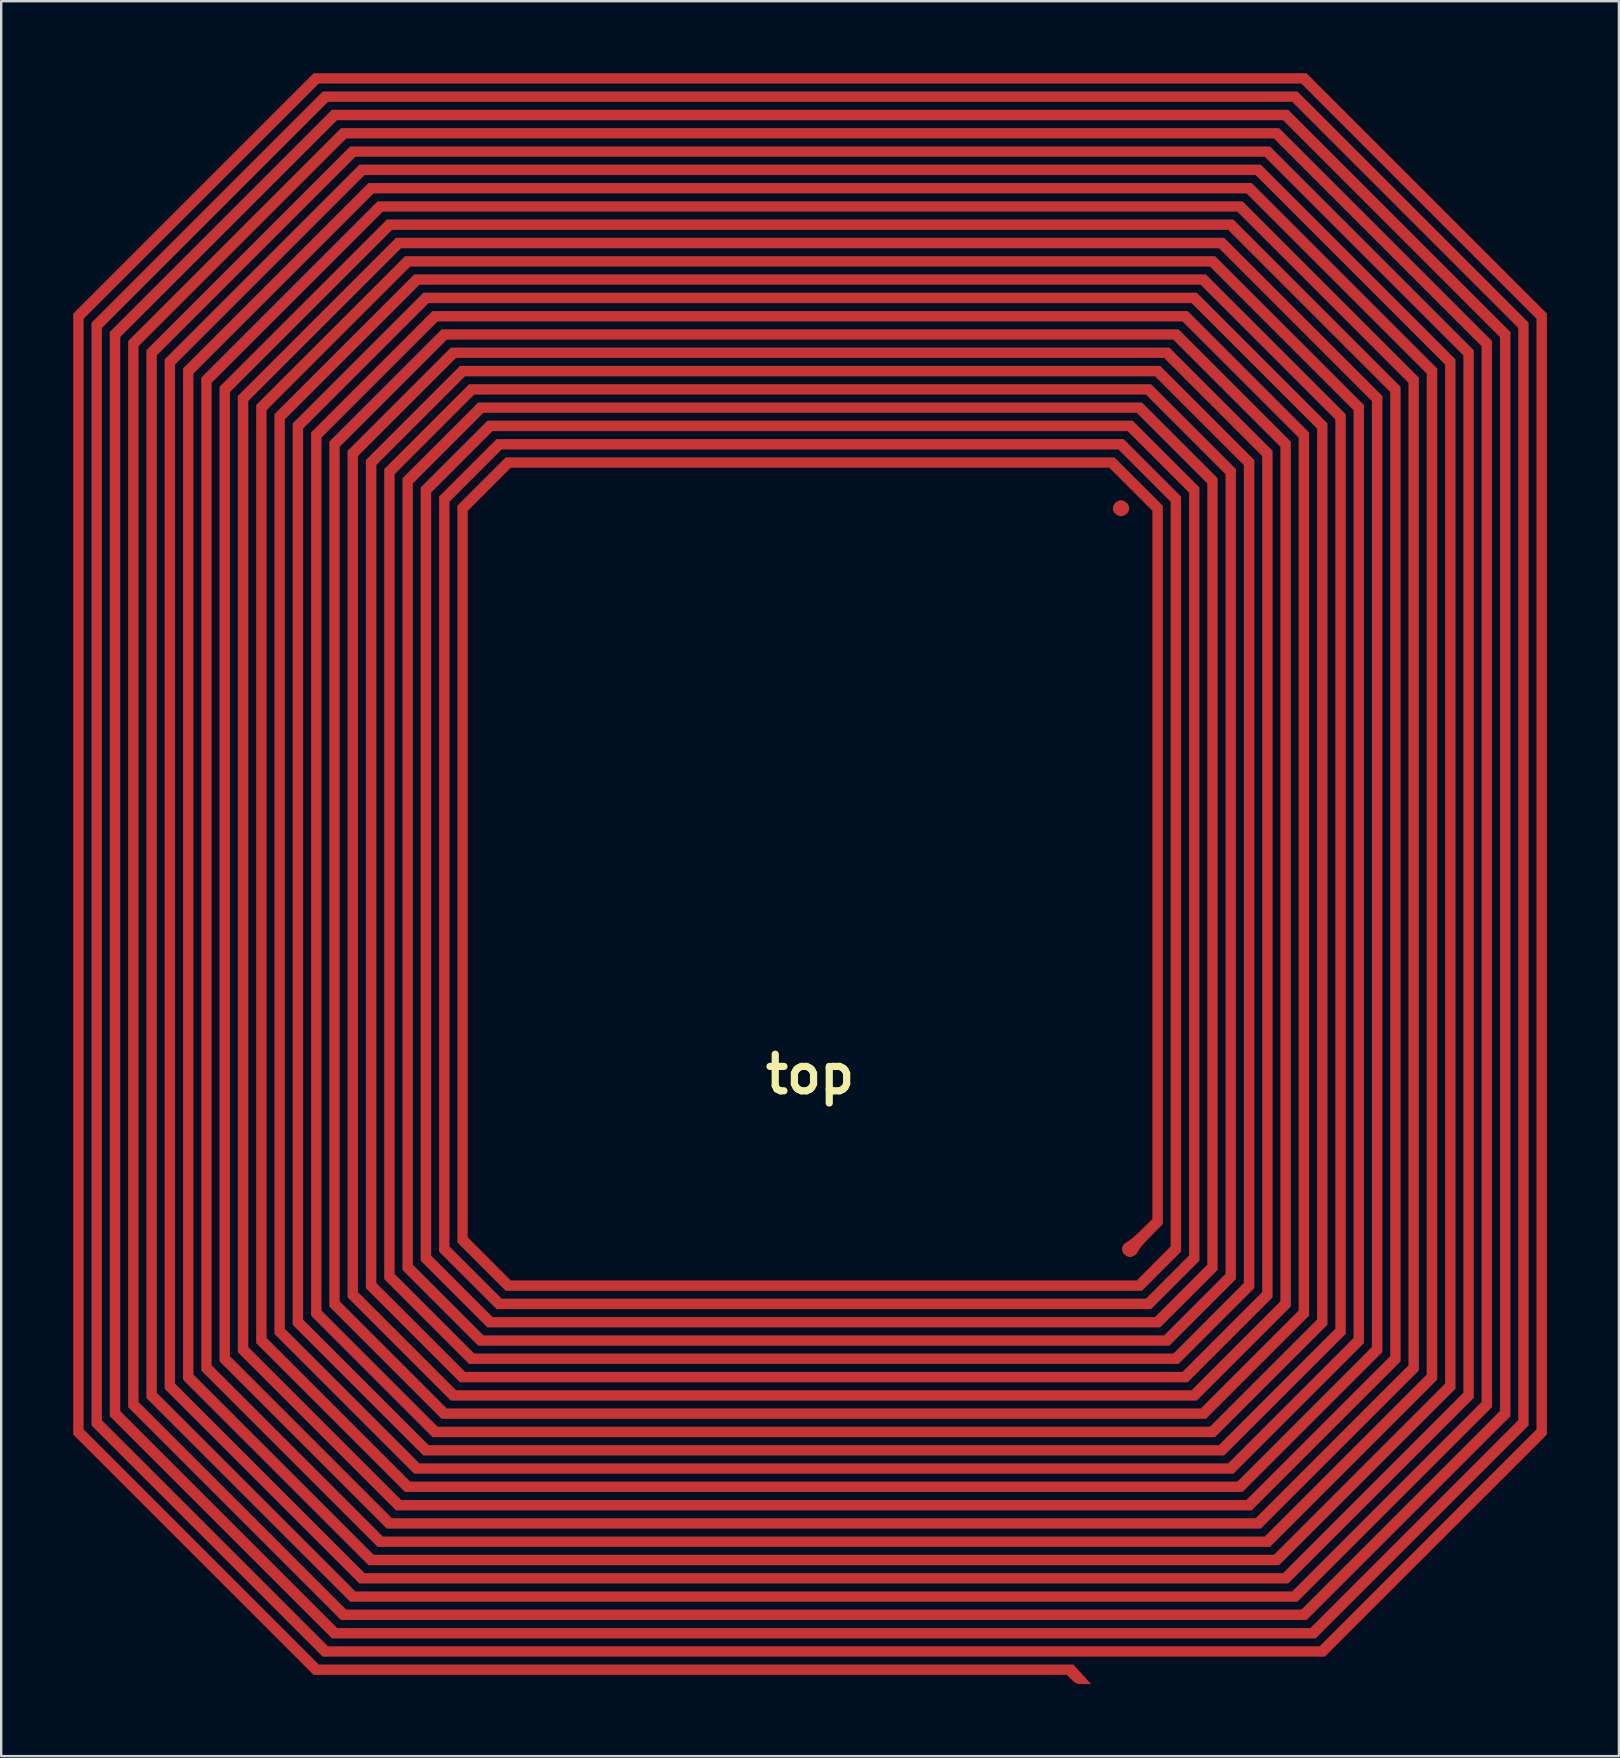
<source format=kicad_pcb>
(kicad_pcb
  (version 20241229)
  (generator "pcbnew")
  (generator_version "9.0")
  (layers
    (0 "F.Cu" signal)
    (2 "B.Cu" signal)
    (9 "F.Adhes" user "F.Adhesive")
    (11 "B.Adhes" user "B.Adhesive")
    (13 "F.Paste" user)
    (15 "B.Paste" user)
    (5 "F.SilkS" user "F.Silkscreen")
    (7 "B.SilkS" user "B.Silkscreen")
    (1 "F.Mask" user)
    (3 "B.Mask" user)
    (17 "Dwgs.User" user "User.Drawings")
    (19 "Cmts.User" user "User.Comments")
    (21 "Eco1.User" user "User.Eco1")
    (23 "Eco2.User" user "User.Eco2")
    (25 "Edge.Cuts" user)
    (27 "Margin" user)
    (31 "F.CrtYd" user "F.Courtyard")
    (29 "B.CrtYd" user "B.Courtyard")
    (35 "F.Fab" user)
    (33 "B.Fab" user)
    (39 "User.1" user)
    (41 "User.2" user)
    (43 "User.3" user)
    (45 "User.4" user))
  (footprint "top"
    (layer "F.Cu")
    (at 30.697 41.703)
    (property "Reference" "top" (at 0 0 0) (layer "F.SilkS") (effects (font (size 1.524 1.524) (thickness 0.3))))
    (attr through_hole)
    (fp_poly (pts (xy 13.091 -23.869) (xy 13.101 -23.864) (xy 13.224 -23.767) (xy 13.286 -23.638) (xy 13.284 -23.5) (xy 13.217 -23.376) (xy 13.125 -23.305) (xy 13 -23.253) (xy 12.899 -23.253) (xy 12.778 -23.305) (xy 12.775 -23.307) (xy 12.664 -23.408) (xy 12.617 -23.539) (xy 12.634 -23.677) (xy 12.713 -23.799) (xy 12.807 -23.864) (xy 12.911 -23.907) (xy 12.99 -23.908) (xy 13.091 -23.869)) (stroke (width 0.01) (type solid)) (fill yes) (layer "F.Cu"))
    (fp_poly (pts (xy 25.686 -36.692) (xy 30.692 -31.686) (xy 30.692 15.007) (xy 26.067 19.632) (xy 21.441 24.257) (xy -20.298 24.257) (xy -29.93 14.626) (xy -29.93 -31.305) (xy -20.298 -40.936) (xy 20.298 -40.936) (xy 25.114 -36.121) (xy 29.93 -31.305) (xy 29.93 14.626) (xy 21.06 23.495) (xy -19.917 23.495) (xy -29.168 14.245) (xy -29.168 -30.924) (xy -19.917 -40.174) (xy 19.917 -40.174) (xy 24.543 -35.549) (xy 29.168 -30.924) (xy 29.168 14.245) (xy 24.924 18.489) (xy 20.679 22.733) (xy -19.536 22.733) (xy -28.406 13.864) (xy -28.406 -30.543) (xy -19.536 -39.412) (xy 19.536 -39.412) (xy 28.406 -30.543) (xy 28.406 13.864) (xy 24.352 17.917) (xy 20.298 21.971) (xy -19.155 21.971) (xy -27.644 13.483) (xy -27.644 -30.162) (xy -19.155 -38.65) (xy 19.155 -38.65) (xy 23.4 -34.406) (xy 27.644 -30.162) (xy 27.644 13.483) (xy 23.78 17.346) (xy 19.917 21.209) (xy -18.774 21.209) (xy -26.882 13.102) (xy -26.882 -29.781) (xy -18.774 -37.888) (xy 18.774 -37.888) (xy 26.882 -29.781) (xy 26.882 -8.34) (xy 26.882 13.102) (xy 23.209 16.774) (xy 19.536 20.447) (xy -18.393 20.447) (xy -22.256 16.584) (xy -26.12 12.721) (xy -26.12 -29.4) (xy -22.256 -33.263) (xy -18.393 -37.126) (xy 18.393 -37.126) (xy 22.256 -33.263) (xy 26.12 -29.4) (xy 26.12 12.721) (xy 19.155 19.685) (xy -18.012 19.685) (xy -25.358 12.34) (xy -25.358 -29.019) (xy -18.012 -36.364) (xy 18.012 -36.364) (xy 21.685 -32.692) (xy 25.358 -29.019) (xy 25.358 -8.34) (xy 25.358 12.34) (xy 18.774 18.923) (xy -17.631 18.923) (xy -24.596 11.959) (xy -24.596 -28.638) (xy -17.631 -35.602) (xy 17.631 -35.602) (xy 24.596 -28.638) (xy 24.596 11.959) (xy 21.494 15.06) (xy 18.393 18.161) (xy -17.25 18.161) (xy -23.834 11.578) (xy -23.834 -28.257) (xy -17.25 -34.84) (xy 17.25 -34.84) (xy 23.834 -28.257) (xy 23.834 11.577) (xy 20.923 14.488) (xy 18.012 17.399) (xy -16.869 17.399) (xy -23.072 11.197) (xy -23.072 -27.876) (xy -16.869 -34.078) (xy 16.869 -34.078) (xy 19.97 -30.977) (xy 23.072 -27.876) (xy 23.072 11.196) (xy 17.631 16.637) (xy -16.488 16.637) (xy -22.31 10.815) (xy -22.31 -27.495) (xy -16.488 -33.316) (xy 16.488 -33.316) (xy 19.399 -30.406) (xy 22.31 -27.495) (xy 22.31 10.815) (xy 17.25 15.875) (xy -16.107 15.875) (xy -21.548 10.434) (xy -21.548 -27.114) (xy -16.107 -32.554) (xy 16.107 -32.554) (xy 21.548 -27.114) (xy 21.548 10.434) (xy 19.208 12.774) (xy 16.869 15.113) (xy -15.726 15.113) (xy -20.786 10.053) (xy -20.786 -26.733) (xy -15.726 -31.792) (xy 15.726 -31.792) (xy 20.786 -26.733) (xy 20.786 10.053) (xy 18.637 12.202) (xy 16.488 14.351) (xy -15.345 14.351) (xy -17.684 12.012) (xy -20.024 9.672) (xy -20.024 -26.352) (xy -17.684 -28.691) (xy -15.345 -31.03) (xy 15.345 -31.03) (xy 17.684 -28.691) (xy 20.024 -26.352) (xy 20.024 9.672) (xy 18.065 11.631) (xy 16.107 13.589) (xy -14.964 13.589) (xy -17.113 11.44) (xy -19.262 9.291) (xy -19.262 -25.971) (xy -17.113 -28.119) (xy -14.964 -30.268) (xy 14.964 -30.268) (xy 19.262 -25.971) (xy 19.262 -8.34) (xy 19.262 9.291) (xy 17.494 11.059) (xy 15.726 12.827) (xy -14.583 12.827) (xy -18.5 8.91) (xy -18.5 -25.589) (xy -14.583 -29.506) (xy 14.583 -29.506) (xy 16.541 -27.548) (xy 18.5 -25.589) (xy 18.5 8.91) (xy 15.345 12.065) (xy -14.202 12.065) (xy -15.97 10.297) (xy -17.738 8.529) (xy -17.738 -25.208) (xy -15.97 -26.976) (xy -14.202 -28.744) (xy 14.202 -28.744) (xy 15.97 -26.976) (xy 17.738 -25.208) (xy 17.738 8.529) (xy 16.351 9.916) (xy 14.963 11.303) (xy -13.821 11.303) (xy -16.976 8.148) (xy -16.976 -24.827) (xy -13.821 -27.982) (xy 13.821 -27.982) (xy 16.976 -24.827) (xy 16.976 8.148) (xy 14.582 10.541) (xy -13.439 10.541) (xy -14.827 9.154) (xy -16.214 7.767) (xy -16.214 -24.446) (xy -14.827 -25.833) (xy -13.439 -27.22) (xy 13.439 -27.22) (xy 14.827 -25.833) (xy 16.214 -24.446) (xy 16.214 7.766) (xy 15.207 8.773) (xy 14.201 9.779) (xy -13.058 9.779) (xy -15.452 7.386) (xy -15.452 -24.065) (xy -13.058 -26.458) (xy 13.058 -26.458) (xy 15.452 -24.065) (xy 15.452 7.385) (xy 13.819 9.017) (xy -12.677 9.017) (xy -14.69 7.004) (xy -14.69 -23.684) (xy -12.677 -25.696) (xy 12.677 -25.696) (xy 13.683 -24.69) (xy 14.69 -23.684) (xy 14.69 6.237) (xy 14.187 6.748) (xy 13.992 6.953) (xy 13.835 7.129) (xy 13.723 7.267) (xy 13.663 7.36) (xy 13.657 7.378) (xy 13.586 7.497) (xy 13.482 7.566) (xy 13.378 7.609) (xy 13.299 7.61) (xy 13.198 7.57) (xy 13.188 7.566) (xy 13.059 7.466) (xy 12.999 7.338) (xy 13.006 7.202) (xy 13.08 7.078) (xy 13.199 6.997) (xy 13.285 6.942) (xy 13.415 6.84) (xy 13.574 6.702) (xy 13.746 6.543) (xy 13.811 6.48) (xy 14.266 6.034) (xy 14.266 -23.475) (xy 12.466 -25.273) (xy -12.468 -25.273) (xy -13.367 -24.373) (xy -14.266 -23.473) (xy -14.266 6.795) (xy -13.366 7.694) (xy -12.466 8.594) (xy 13.611 8.594) (xy 14.32 7.884) (xy 15.028 7.175) (xy 15.028 -23.855) (xy 12.848 -26.035) (xy -12.849 -26.035) (xy -15.028 -23.854) (xy -15.028 7.176) (xy -13.938 8.266) (xy -12.848 9.356) (xy 13.992 9.356) (xy 14.891 8.456) (xy 15.79 7.556) (xy 15.79 -24.236) (xy 14.509 -25.517) (xy 13.229 -26.797) (xy -13.23 -26.797) (xy -14.51 -25.516) (xy -15.79 -24.235) (xy -15.79 7.557) (xy -13.229 10.118) (xy 14.373 10.118) (xy 16.552 7.937) (xy 16.552 -24.617) (xy 15.081 -26.088) (xy 13.61 -27.559) (xy -13.611 -27.559) (xy -16.552 -24.616) (xy -16.552 -8.339) (xy -16.552 7.938) (xy -15.081 9.409) (xy -13.61 10.88) (xy 14.754 10.88) (xy 16.034 9.599) (xy 17.314 8.318) (xy 17.314 -24.998) (xy 15.653 -26.66) (xy 13.991 -28.321) (xy -13.992 -28.321) (xy -15.653 -26.659) (xy -17.314 -24.997) (xy -17.314 -8.339) (xy -17.314 8.319) (xy -15.653 9.98) (xy -13.991 11.642) (xy 15.135 11.642) (xy 16.605 10.17) (xy 18.076 8.699) (xy 18.076 -25.379) (xy 16.224 -27.231) (xy 14.372 -29.083) (xy -14.373 -29.083) (xy -16.224 -27.231) (xy -18.076 -25.378) (xy -18.076 8.7) (xy -16.224 10.552) (xy -14.372 12.404) (xy 15.516 12.404) (xy 17.177 10.742) (xy 18.838 9.08) (xy 18.838 -25.76) (xy 16.796 -27.803) (xy 14.753 -29.845) (xy -14.753 -29.845) (xy -16.796 -27.802) (xy -18.838 -25.76) (xy -18.838 -8.339) (xy -18.838 9.081) (xy -14.753 13.166) (xy 15.897 13.166) (xy 19.6 9.461) (xy 19.6 -26.141) (xy 17.367 -28.374) (xy 15.134 -30.607) (xy -15.134 -30.607) (xy -19.6 -26.141) (xy -19.6 -8.339) (xy -19.6 9.462) (xy -17.367 11.695) (xy -15.134 13.928) (xy 16.277 13.928) (xy 18.32 11.885) (xy 20.362 9.842) (xy 20.362 -26.522) (xy 17.939 -28.946) (xy 15.515 -31.369) (xy -15.515 -31.369) (xy -17.939 -28.945) (xy -20.362 -26.522) (xy -20.362 9.843) (xy -17.939 12.266) (xy -15.515 14.69) (xy 16.658 14.69) (xy 18.891 12.456) (xy 21.124 10.223) (xy 21.124 -26.903) (xy 18.51 -29.517) (xy 15.896 -32.131) (xy -15.896 -32.131) (xy -18.51 -29.517) (xy -21.124 -26.903) (xy -21.124 10.224) (xy -18.51 12.838) (xy -15.896 15.452) (xy 17.039 15.452) (xy 19.463 13.028) (xy 21.886 10.604) (xy 21.886 -27.284) (xy 19.082 -30.089) (xy 16.277 -32.893) (xy -16.277 -32.893) (xy -21.886 -27.284) (xy -21.886 -8.339) (xy -21.886 10.605) (xy -19.082 13.409) (xy -16.277 16.214) (xy 17.42 16.214) (xy 20.034 13.599) (xy 22.648 10.985) (xy 22.648 -27.665) (xy 19.653 -30.66) (xy 16.658 -33.655) (xy -16.658 -33.655) (xy -19.653 -30.66) (xy -22.648 -27.665) (xy -22.648 10.986) (xy -19.653 13.981) (xy -16.658 16.976) (xy 17.801 16.976) (xy 23.41 11.366) (xy 23.41 -28.046) (xy 20.225 -31.232) (xy 17.039 -34.417) (xy -17.039 -34.417) (xy -20.225 -31.231) (xy -23.41 -28.046) (xy -23.41 11.367) (xy -20.225 14.552) (xy -17.039 17.738) (xy 18.182 17.738) (xy 21.177 14.742) (xy 24.172 11.747) (xy 24.172 -28.427) (xy 17.42 -35.179) (xy -17.42 -35.179) (xy -24.172 -28.427) (xy -24.172 11.748) (xy -20.796 15.124) (xy -17.42 18.5) (xy 18.563 18.5) (xy 24.934 12.128) (xy 24.934 -28.808) (xy 21.368 -32.375) (xy 17.801 -35.941) (xy -17.801 -35.941) (xy -24.934 -28.808) (xy -24.934 12.129) (xy -21.368 15.695) (xy -17.801 19.262) (xy 18.944 19.262) (xy 25.696 12.509) (xy 25.696 -29.189) (xy 18.182 -36.703) (xy -18.182 -36.703) (xy -21.939 -32.946) (xy -25.696 -29.189) (xy -25.696 -8.339) (xy -25.696 12.51) (xy -18.182 20.024) (xy 19.325 20.024) (xy 22.892 16.457) (xy 26.458 12.89) (xy 26.458 -29.57) (xy 22.511 -33.518) (xy 18.563 -37.465) (xy -18.563 -37.465) (xy -26.458 -29.57) (xy -26.458 12.891) (xy -22.511 16.838) (xy -18.563 20.786) (xy 19.706 20.786) (xy 27.22 13.271) (xy 27.22 -29.951) (xy 23.082 -34.089) (xy 18.944 -38.227) (xy -18.944 -38.227) (xy -27.22 -29.951) (xy -27.22 13.272) (xy -23.082 17.41) (xy -18.944 21.548) (xy 20.087 21.548) (xy 24.035 17.6) (xy 27.982 13.652) (xy 27.982 -30.332) (xy 23.654 -34.66) (xy 19.325 -38.989) (xy -19.325 -38.989) (xy -23.654 -34.66) (xy -27.982 -30.332) (xy -27.982 13.653) (xy -19.325 22.31) (xy 20.468 22.31) (xy 24.606 18.172) (xy 28.744 14.033) (xy 28.744 -30.713) (xy 19.706 -39.751) (xy -19.706 -39.751) (xy -24.225 -35.232) (xy -28.744 -30.713) (xy -28.744 -8.34) (xy -28.744 14.034) (xy -24.225 18.553) (xy -19.706 23.072) (xy 20.849 23.072) (xy 25.178 18.743) (xy 29.506 14.414) (xy 29.506 -31.094) (xy 20.087 -40.513) (xy -20.087 -40.513) (xy -24.797 -35.803) (xy -29.506 -31.094) (xy -29.506 14.415) (xy -24.797 19.124) (xy -20.087 23.834) (xy 21.23 23.834) (xy 25.749 19.315) (xy 30.268 14.795) (xy 30.268 -31.475) (xy 25.368 -36.375) (xy 20.468 -41.275) (xy -20.468 -41.275) (xy -25.368 -36.375) (xy -30.268 -31.475) (xy -30.268 -8.34) (xy -30.268 14.796) (xy -25.368 19.696) (xy -20.468 24.596) (xy 10.97 24.596) (xy 11.073 24.712) (xy 11.149 24.797) (xy 11.262 24.922) (xy 11.391 25.064) (xy 11.437 25.114) (xy 11.697 25.4) (xy 11.395 25.4) (xy 11.236 25.398) (xy 11.131 25.384) (xy 11.05 25.346) (xy 10.962 25.274) (xy 10.894 25.209) (xy 10.695 25.019) (xy -20.679 25.019) (xy -25.686 20.013) (xy -30.692 15.007) (xy -30.692 -31.686) (xy -25.686 -36.692) (xy -20.679 -41.698) (xy 20.679 -41.698) (xy 25.686 -36.692)) (stroke (width 0.01) (type solid)) (fill yes) (layer "F.Cu")))
  (gr_rect
    (start -3 -3)
    (end 64.393 70.108)
    (stroke (width 0.1) (type default))
    (fill no)
    (layer "Edge.Cuts")))
</source>
